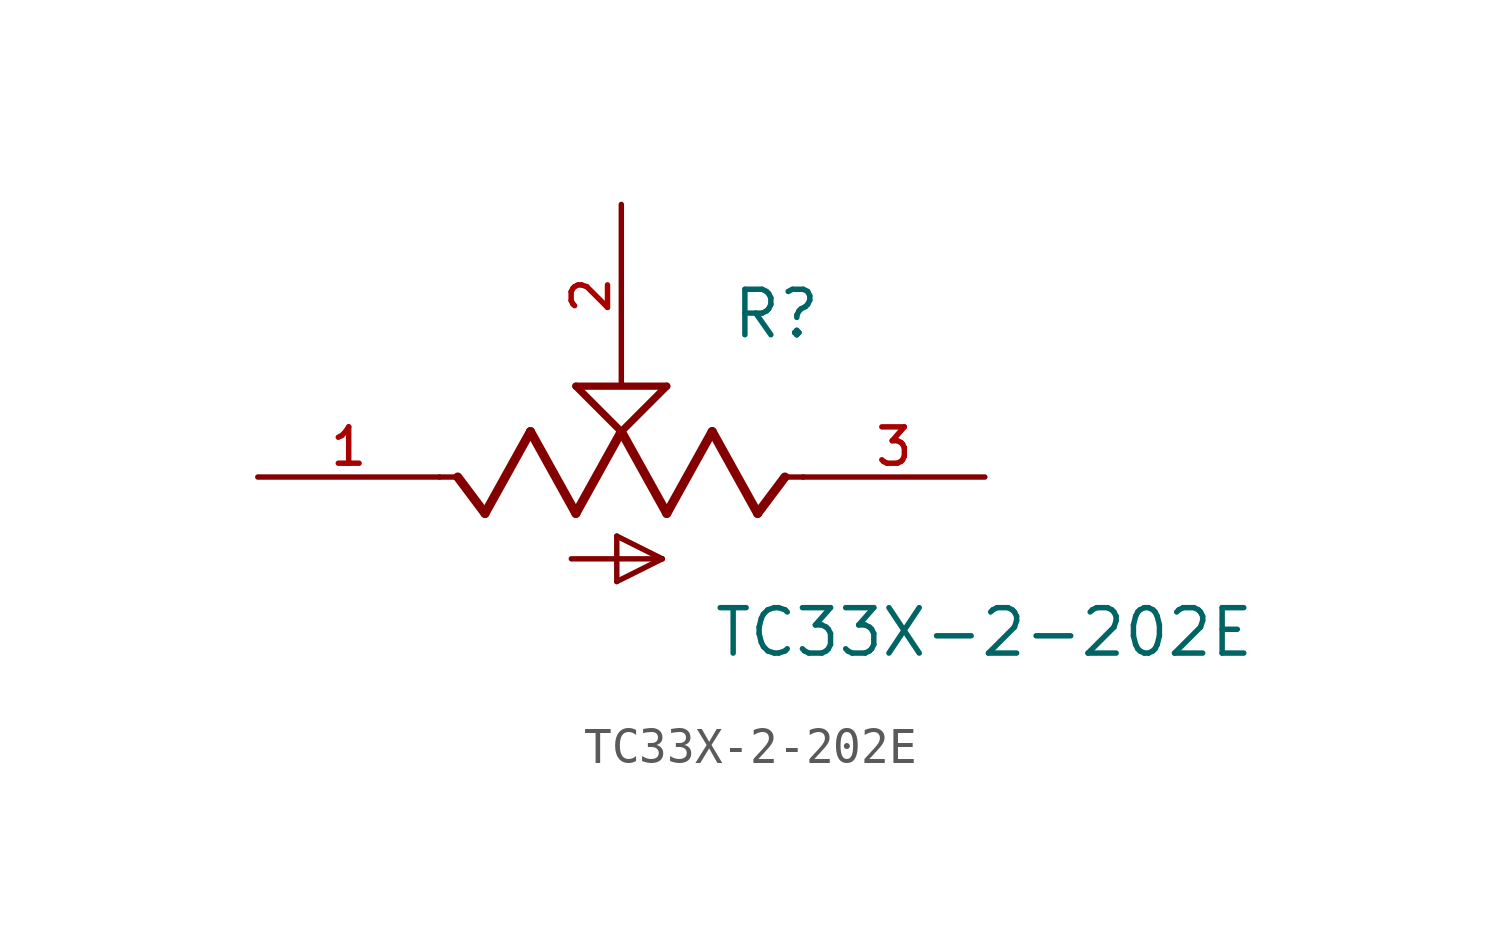
<source format=kicad_sym>
(kicad_symbol_lib
  (version 20211014)
  (generator kicad_symbol_editor)
  (symbol "TC33X-2-202E"
    (pin_names
      (offset 1.016))
    (property "Reference" "R"
      (at 3.051 3.814 0)
      (effects (font (size 1.27 1.27)) (justify bottom left)))
    (property "Value" "TC33X-2-202E"
      (at 2.542 -5.084 0)
      (effects (font (size 1.27 1.27)) (justify bottom left)))
    (symbol "TC33X-2-202E_0_0"
      (polyline (pts (xy 5.08 0.0) (xy 4.572 0.0)) (stroke (width 0.152)))
      (polyline (pts (xy 4.572 0.0) (xy 3.81 -1.016)) (stroke (width 0.254)))
      (polyline (pts (xy 3.81 -1.016) (xy 2.54 1.27)) (stroke (width 0.254)))
      (polyline (pts (xy 2.54 1.27) (xy 1.27 -1.016)) (stroke (width 0.254)))
      (polyline (pts (xy 1.27 -1.016) (xy 0.0 1.27)) (stroke (width 0.254)))
      (polyline (pts (xy 0.0 1.27) (xy -1.27 -1.016)) (stroke (width 0.254)))
      (polyline (pts (xy -1.27 -1.016) (xy -2.54 1.27)) (stroke (width 0.254)))
      (polyline (pts (xy -2.54 1.27) (xy -3.81 -1.016)) (stroke (width 0.254)))
      (polyline (pts (xy -3.81 -1.016) (xy -4.572 0.0)) (stroke (width 0.254)))
      (polyline (pts (xy -4.572 0.0) (xy -5.08 0.0)) (stroke (width 0.152)))
      (polyline (pts (xy 0.0 1.27) (xy -1.27 2.54)) (stroke (width 0.203)))
      (polyline (pts (xy 1.27 2.54) (xy 0.0 1.27)) (stroke (width 0.203)))
      (polyline (pts (xy -1.27 2.54) (xy 1.27 2.54)) (stroke (width 0.203)))
      (polyline (pts (xy -1.397 -2.286) (xy 1.143 -2.286)) (stroke (width 0.152)))
      (polyline (pts (xy 1.143 -2.286) (xy -0.127 -2.921)) (stroke (width 0.152)))
      (polyline (pts (xy -0.127 -2.921) (xy -0.127 -1.651)) (stroke (width 0.152)))
      (polyline (pts (xy -0.127 -1.651) (xy 1.143 -2.286)) (stroke (width 0.152)))
      (pin passive line (at 10.16 0.0 180.0) (length 5.08) (name "~" (effects (font (size 1.016 1.016)))) (number "3" (effects (font (size 1.016 1.016)))))
      (pin passive line (at 0.0 7.62 270.0) (length 5.08) (name "~" (effects (font (size 1.016 1.016)))) (number "2" (effects (font (size 1.016 1.016)))))
      (pin passive line (at -10.16 0.0 0) (length 5.08) (name "~" (effects (font (size 1.016 1.016)))) (number "1" (effects (font (size 1.016 1.016))))))))
</source>
